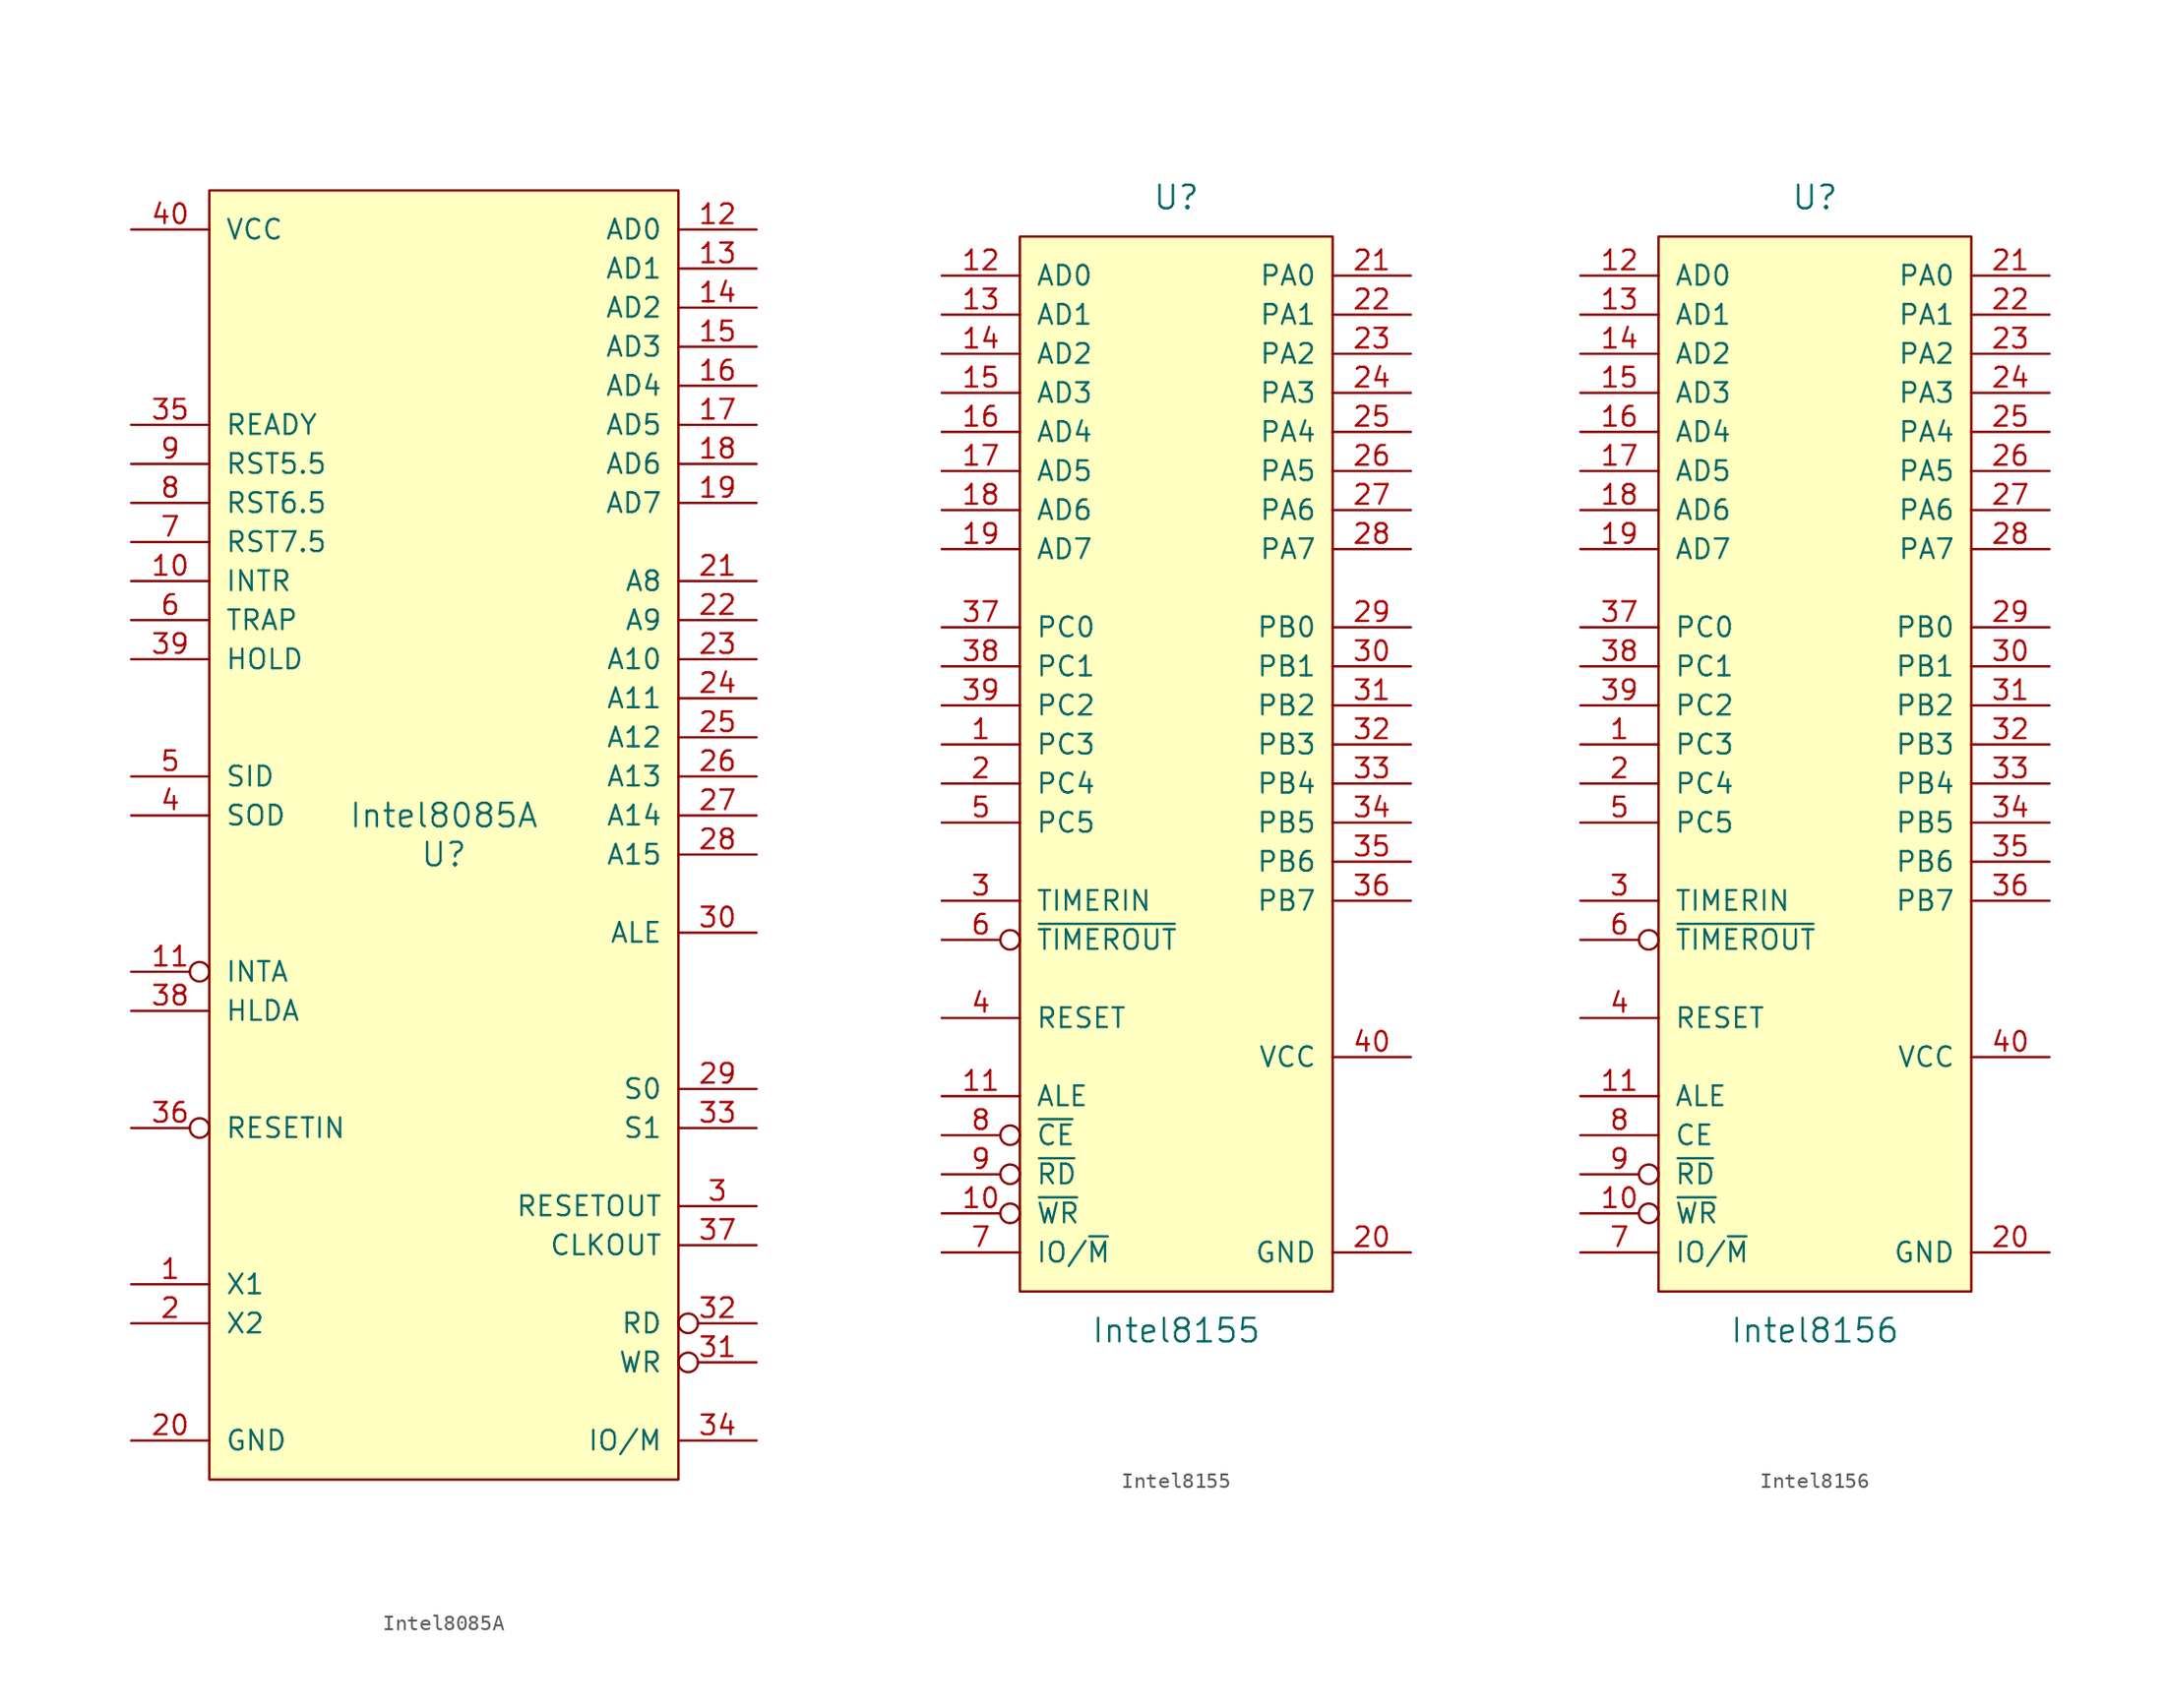
<source format=kicad_sym>
(kicad_symbol_lib
  (version 20211014)
  (generator kicad_symbol_editor)
  (symbol "Intel8085A"
    (pin_names
      (offset 1.016))
    (property "Reference" "U"
      (at 0 0 0)
      (effects (font (size 1.524 1.524))))
    (property "Value" "Intel8085A"
      (at 0 2.54 0)
      (effects (font (size 1.524 1.524))))
    (symbol "Intel8085A_0_1"
      (rectangle (start -15.24 43.18) (end 15.24 -40.64) (stroke (width 0) (type default) (color 0 0 0 0)) (fill (type background))))
    (symbol "Intel8085A_1_1"
      (pin passive line (at -20.32 -27.94 0) (length 5.08) (name "X1" (effects (font (size 1.27 1.27)))) (number "1" (effects (font (size 1.27 1.27)))))
      (pin input line (at -20.32 17.78 0) (length 5.08) (name "INTR" (effects (font (size 1.27 1.27)))) (number "10" (effects (font (size 1.27 1.27)))))
      (pin output inverted (at -20.32 -7.62 0) (length 5.08) (name "INTA" (effects (font (size 1.27 1.27)))) (number "11" (effects (font (size 1.27 1.27)))))
      (pin bidirectional line (at 20.32 40.64 180) (length 5.08) (name "AD0" (effects (font (size 1.27 1.27)))) (number "12" (effects (font (size 1.27 1.27)))))
      (pin bidirectional line (at 20.32 38.1 180) (length 5.08) (name "AD1" (effects (font (size 1.27 1.27)))) (number "13" (effects (font (size 1.27 1.27)))))
      (pin bidirectional line (at 20.32 35.56 180) (length 5.08) (name "AD2" (effects (font (size 1.27 1.27)))) (number "14" (effects (font (size 1.27 1.27)))))
      (pin bidirectional line (at 20.32 33.02 180) (length 5.08) (name "AD3" (effects (font (size 1.27 1.27)))) (number "15" (effects (font (size 1.27 1.27)))))
      (pin bidirectional line (at 20.32 30.48 180) (length 5.08) (name "AD4" (effects (font (size 1.27 1.27)))) (number "16" (effects (font (size 1.27 1.27)))))
      (pin bidirectional line (at 20.32 27.94 180) (length 5.08) (name "AD5" (effects (font (size 1.27 1.27)))) (number "17" (effects (font (size 1.27 1.27)))))
      (pin bidirectional line (at 20.32 25.4 180) (length 5.08) (name "AD6" (effects (font (size 1.27 1.27)))) (number "18" (effects (font (size 1.27 1.27)))))
      (pin bidirectional line (at 20.32 22.86 180) (length 5.08) (name "AD7" (effects (font (size 1.27 1.27)))) (number "19" (effects (font (size 1.27 1.27)))))
      (pin passive line (at -20.32 -30.48 0) (length 5.08) (name "X2" (effects (font (size 1.27 1.27)))) (number "2" (effects (font (size 1.27 1.27)))))
      (pin power_in line (at -20.32 -38.1 0) (length 5.08) (name "GND" (effects (font (size 1.27 1.27)))) (number "20" (effects (font (size 1.27 1.27)))))
      (pin output line (at 20.32 17.78 180) (length 5.08) (name "A8" (effects (font (size 1.27 1.27)))) (number "21" (effects (font (size 1.27 1.27)))))
      (pin output line (at 20.32 15.24 180) (length 5.08) (name "A9" (effects (font (size 1.27 1.27)))) (number "22" (effects (font (size 1.27 1.27)))))
      (pin output line (at 20.32 12.7 180) (length 5.08) (name "A10" (effects (font (size 1.27 1.27)))) (number "23" (effects (font (size 1.27 1.27)))))
      (pin output line (at 20.32 10.16 180) (length 5.08) (name "A11" (effects (font (size 1.27 1.27)))) (number "24" (effects (font (size 1.27 1.27)))))
      (pin output line (at 20.32 7.62 180) (length 5.08) (name "A12" (effects (font (size 1.27 1.27)))) (number "25" (effects (font (size 1.27 1.27)))))
      (pin output line (at 20.32 5.08 180) (length 5.08) (name "A13" (effects (font (size 1.27 1.27)))) (number "26" (effects (font (size 1.27 1.27)))))
      (pin output line (at 20.32 2.54 180) (length 5.08) (name "A14" (effects (font (size 1.27 1.27)))) (number "27" (effects (font (size 1.27 1.27)))))
      (pin output line (at 20.32 0 180) (length 5.08) (name "A15" (effects (font (size 1.27 1.27)))) (number "28" (effects (font (size 1.27 1.27)))))
      (pin output line (at 20.32 -15.24 180) (length 5.08) (name "S0" (effects (font (size 1.27 1.27)))) (number "29" (effects (font (size 1.27 1.27)))))
      (pin output line (at 20.32 -22.86 180) (length 5.08) (name "RESETOUT" (effects (font (size 1.27 1.27)))) (number "3" (effects (font (size 1.27 1.27)))))
      (pin output line (at 20.32 -5.08 180) (length 5.08) (name "ALE" (effects (font (size 1.27 1.27)))) (number "30" (effects (font (size 1.27 1.27)))))
      (pin output inverted (at 20.32 -33.02 180) (length 5.08) (name "WR" (effects (font (size 1.27 1.27)))) (number "31" (effects (font (size 1.27 1.27)))))
      (pin output inverted (at 20.32 -30.48 180) (length 5.08) (name "RD" (effects (font (size 1.27 1.27)))) (number "32" (effects (font (size 1.27 1.27)))))
      (pin output line (at 20.32 -17.78 180) (length 5.08) (name "S1" (effects (font (size 1.27 1.27)))) (number "33" (effects (font (size 1.27 1.27)))))
      (pin output line (at 20.32 -38.1 180) (length 5.08) (name "IO/M" (effects (font (size 1.27 1.27)))) (number "34" (effects (font (size 1.27 1.27)))))
      (pin input line (at -20.32 27.94 0) (length 5.08) (name "READY" (effects (font (size 1.27 1.27)))) (number "35" (effects (font (size 1.27 1.27)))))
      (pin input inverted (at -20.32 -17.78 0) (length 5.08) (name "RESETIN" (effects (font (size 1.27 1.27)))) (number "36" (effects (font (size 1.27 1.27)))))
      (pin output line (at 20.32 -25.4 180) (length 5.08) (name "CLKOUT" (effects (font (size 1.27 1.27)))) (number "37" (effects (font (size 1.27 1.27)))))
      (pin output line (at -20.32 -10.16 0) (length 5.08) (name "HLDA" (effects (font (size 1.27 1.27)))) (number "38" (effects (font (size 1.27 1.27)))))
      (pin input line (at -20.32 12.7 0) (length 5.08) (name "HOLD" (effects (font (size 1.27 1.27)))) (number "39" (effects (font (size 1.27 1.27)))))
      (pin output line (at -20.32 2.54 0) (length 5.08) (name "SOD" (effects (font (size 1.27 1.27)))) (number "4" (effects (font (size 1.27 1.27)))))
      (pin power_in line (at -20.32 40.64 0) (length 5.08) (name "VCC" (effects (font (size 1.27 1.27)))) (number "40" (effects (font (size 1.27 1.27)))))
      (pin input line (at -20.32 5.08 0) (length 5.08) (name "SID" (effects (font (size 1.27 1.27)))) (number "5" (effects (font (size 1.27 1.27)))))
      (pin input line (at -20.32 15.24 0) (length 5.08) (name "TRAP" (effects (font (size 1.27 1.27)))) (number "6" (effects (font (size 1.27 1.27)))))
      (pin input line (at -20.32 20.32 0) (length 5.08) (name "RST7.5" (effects (font (size 1.27 1.27)))) (number "7" (effects (font (size 1.27 1.27)))))
      (pin input line (at -20.32 22.86 0) (length 5.08) (name "RST6.5" (effects (font (size 1.27 1.27)))) (number "8" (effects (font (size 1.27 1.27)))))
      (pin input line (at -20.32 25.4 0) (length 5.08) (name "RST5.5" (effects (font (size 1.27 1.27)))) (number "9" (effects (font (size 1.27 1.27)))))))
  (symbol "Intel8155"
    (pin_names
      (offset 1.016))
    (property "Reference" "U"
      (at 0 33.02 0)
      (effects (font (size 1.524 1.524))))
    (property "Value" "Intel8155"
      (at 0 -40.64 0)
      (effects (font (size 1.524 1.524))))
    (symbol "Intel8155_0_1"
      (rectangle (start -10.16 30.48) (end 10.16 -38.1) (stroke (width 0) (type default) (color 0 0 0 0)) (fill (type background))))
    (symbol "Intel8155_1_1"
      (pin bidirectional line (at -15.24 -2.54 0) (length 5.08) (name "PC3" (effects (font (size 1.27 1.27)))) (number "1" (effects (font (size 1.27 1.27)))))
      (pin input inverted (at -15.24 -33.02 0) (length 5.08) (name "~{WR}" (effects (font (size 1.27 1.27)))) (number "10" (effects (font (size 1.27 1.27)))))
      (pin input line (at -15.24 -25.4 0) (length 5.08) (name "ALE" (effects (font (size 1.27 1.27)))) (number "11" (effects (font (size 1.27 1.27)))))
      (pin bidirectional line (at -15.24 27.94 0) (length 5.08) (name "AD0" (effects (font (size 1.27 1.27)))) (number "12" (effects (font (size 1.27 1.27)))))
      (pin bidirectional line (at -15.24 25.4 0) (length 5.08) (name "AD1" (effects (font (size 1.27 1.27)))) (number "13" (effects (font (size 1.27 1.27)))))
      (pin bidirectional line (at -15.24 22.86 0) (length 5.08) (name "AD2" (effects (font (size 1.27 1.27)))) (number "14" (effects (font (size 1.27 1.27)))))
      (pin bidirectional line (at -15.24 20.32 0) (length 5.08) (name "AD3" (effects (font (size 1.27 1.27)))) (number "15" (effects (font (size 1.27 1.27)))))
      (pin bidirectional line (at -15.24 17.78 0) (length 5.08) (name "AD4" (effects (font (size 1.27 1.27)))) (number "16" (effects (font (size 1.27 1.27)))))
      (pin bidirectional line (at -15.24 15.24 0) (length 5.08) (name "AD5" (effects (font (size 1.27 1.27)))) (number "17" (effects (font (size 1.27 1.27)))))
      (pin bidirectional line (at -15.24 12.7 0) (length 5.08) (name "AD6" (effects (font (size 1.27 1.27)))) (number "18" (effects (font (size 1.27 1.27)))))
      (pin bidirectional line (at -15.24 10.16 0) (length 5.08) (name "AD7" (effects (font (size 1.27 1.27)))) (number "19" (effects (font (size 1.27 1.27)))))
      (pin bidirectional line (at -15.24 -5.08 0) (length 5.08) (name "PC4" (effects (font (size 1.27 1.27)))) (number "2" (effects (font (size 1.27 1.27)))))
      (pin power_in line (at 15.24 -35.56 180) (length 5.08) (name "GND" (effects (font (size 1.27 1.27)))) (number "20" (effects (font (size 1.27 1.27)))))
      (pin bidirectional line (at 15.24 27.94 180) (length 5.08) (name "PA0" (effects (font (size 1.27 1.27)))) (number "21" (effects (font (size 1.27 1.27)))))
      (pin bidirectional line (at 15.24 25.4 180) (length 5.08) (name "PA1" (effects (font (size 1.27 1.27)))) (number "22" (effects (font (size 1.27 1.27)))))
      (pin bidirectional line (at 15.24 22.86 180) (length 5.08) (name "PA2" (effects (font (size 1.27 1.27)))) (number "23" (effects (font (size 1.27 1.27)))))
      (pin bidirectional line (at 15.24 20.32 180) (length 5.08) (name "PA3" (effects (font (size 1.27 1.27)))) (number "24" (effects (font (size 1.27 1.27)))))
      (pin bidirectional line (at 15.24 17.78 180) (length 5.08) (name "PA4" (effects (font (size 1.27 1.27)))) (number "25" (effects (font (size 1.27 1.27)))))
      (pin bidirectional line (at 15.24 15.24 180) (length 5.08) (name "PA5" (effects (font (size 1.27 1.27)))) (number "26" (effects (font (size 1.27 1.27)))))
      (pin bidirectional line (at 15.24 12.7 180) (length 5.08) (name "PA6" (effects (font (size 1.27 1.27)))) (number "27" (effects (font (size 1.27 1.27)))))
      (pin bidirectional line (at 15.24 10.16 180) (length 5.08) (name "PA7" (effects (font (size 1.27 1.27)))) (number "28" (effects (font (size 1.27 1.27)))))
      (pin bidirectional line (at 15.24 5.08 180) (length 5.08) (name "PB0" (effects (font (size 1.27 1.27)))) (number "29" (effects (font (size 1.27 1.27)))))
      (pin input line (at -15.24 -12.7 0) (length 5.08) (name "TIMERIN" (effects (font (size 1.27 1.27)))) (number "3" (effects (font (size 1.27 1.27)))))
      (pin bidirectional line (at 15.24 2.54 180) (length 5.08) (name "PB1" (effects (font (size 1.27 1.27)))) (number "30" (effects (font (size 1.27 1.27)))))
      (pin bidirectional line (at 15.24 0 180) (length 5.08) (name "PB2" (effects (font (size 1.27 1.27)))) (number "31" (effects (font (size 1.27 1.27)))))
      (pin bidirectional line (at 15.24 -2.54 180) (length 5.08) (name "PB3" (effects (font (size 1.27 1.27)))) (number "32" (effects (font (size 1.27 1.27)))))
      (pin bidirectional line (at 15.24 -5.08 180) (length 5.08) (name "PB4" (effects (font (size 1.27 1.27)))) (number "33" (effects (font (size 1.27 1.27)))))
      (pin bidirectional line (at 15.24 -7.62 180) (length 5.08) (name "PB5" (effects (font (size 1.27 1.27)))) (number "34" (effects (font (size 1.27 1.27)))))
      (pin bidirectional line (at 15.24 -10.16 180) (length 5.08) (name "PB6" (effects (font (size 1.27 1.27)))) (number "35" (effects (font (size 1.27 1.27)))))
      (pin bidirectional line (at 15.24 -12.7 180) (length 5.08) (name "PB7" (effects (font (size 1.27 1.27)))) (number "36" (effects (font (size 1.27 1.27)))))
      (pin bidirectional line (at -15.24 5.08 0) (length 5.08) (name "PC0" (effects (font (size 1.27 1.27)))) (number "37" (effects (font (size 1.27 1.27)))))
      (pin bidirectional line (at -15.24 2.54 0) (length 5.08) (name "PC1" (effects (font (size 1.27 1.27)))) (number "38" (effects (font (size 1.27 1.27)))))
      (pin bidirectional line (at -15.24 0 0) (length 5.08) (name "PC2" (effects (font (size 1.27 1.27)))) (number "39" (effects (font (size 1.27 1.27)))))
      (pin input line (at -15.24 -20.32 0) (length 5.08) (name "RESET" (effects (font (size 1.27 1.27)))) (number "4" (effects (font (size 1.27 1.27)))))
      (pin power_in line (at 15.24 -22.86 180) (length 5.08) (name "VCC" (effects (font (size 1.27 1.27)))) (number "40" (effects (font (size 1.27 1.27)))))
      (pin bidirectional line (at -15.24 -7.62 0) (length 5.08) (name "PC5" (effects (font (size 1.27 1.27)))) (number "5" (effects (font (size 1.27 1.27)))))
      (pin input inverted (at -15.24 -15.24 0) (length 5.08) (name "~{TIMEROUT}" (effects (font (size 1.27 1.27)))) (number "6" (effects (font (size 1.27 1.27)))))
      (pin input line (at -15.24 -35.56 0) (length 5.08) (name "IO/~{M}" (effects (font (size 1.27 1.27)))) (number "7" (effects (font (size 1.27 1.27)))))
      (pin input inverted (at -15.24 -27.94 0) (length 5.08) (name "~{CE}" (effects (font (size 1.27 1.27)))) (number "8" (effects (font (size 1.27 1.27)))))
      (pin input inverted (at -15.24 -30.48 0) (length 5.08) (name "~{RD}" (effects (font (size 1.27 1.27)))) (number "9" (effects (font (size 1.27 1.27)))))))
  (symbol "Intel8156"
    (pin_names
      (offset 1.016))
    (property "Reference" "U"
      (at 0 33.02 0)
      (effects (font (size 1.524 1.524))))
    (property "Value" "Intel8156"
      (at 0 -40.64 0)
      (effects (font (size 1.524 1.524))))
    (symbol "Intel8156_0_1"
      (rectangle (start -10.16 30.48) (end 10.16 -38.1) (stroke (width 0) (type default) (color 0 0 0 0)) (fill (type background))))
    (symbol "Intel8156_1_1"
      (pin bidirectional line (at -15.24 -2.54 0) (length 5.08) (name "PC3" (effects (font (size 1.27 1.27)))) (number "1" (effects (font (size 1.27 1.27)))))
      (pin input inverted (at -15.24 -33.02 0) (length 5.08) (name "~{WR}" (effects (font (size 1.27 1.27)))) (number "10" (effects (font (size 1.27 1.27)))))
      (pin input line (at -15.24 -25.4 0) (length 5.08) (name "ALE" (effects (font (size 1.27 1.27)))) (number "11" (effects (font (size 1.27 1.27)))))
      (pin bidirectional line (at -15.24 27.94 0) (length 5.08) (name "AD0" (effects (font (size 1.27 1.27)))) (number "12" (effects (font (size 1.27 1.27)))))
      (pin bidirectional line (at -15.24 25.4 0) (length 5.08) (name "AD1" (effects (font (size 1.27 1.27)))) (number "13" (effects (font (size 1.27 1.27)))))
      (pin bidirectional line (at -15.24 22.86 0) (length 5.08) (name "AD2" (effects (font (size 1.27 1.27)))) (number "14" (effects (font (size 1.27 1.27)))))
      (pin bidirectional line (at -15.24 20.32 0) (length 5.08) (name "AD3" (effects (font (size 1.27 1.27)))) (number "15" (effects (font (size 1.27 1.27)))))
      (pin bidirectional line (at -15.24 17.78 0) (length 5.08) (name "AD4" (effects (font (size 1.27 1.27)))) (number "16" (effects (font (size 1.27 1.27)))))
      (pin bidirectional line (at -15.24 15.24 0) (length 5.08) (name "AD5" (effects (font (size 1.27 1.27)))) (number "17" (effects (font (size 1.27 1.27)))))
      (pin bidirectional line (at -15.24 12.7 0) (length 5.08) (name "AD6" (effects (font (size 1.27 1.27)))) (number "18" (effects (font (size 1.27 1.27)))))
      (pin bidirectional line (at -15.24 10.16 0) (length 5.08) (name "AD7" (effects (font (size 1.27 1.27)))) (number "19" (effects (font (size 1.27 1.27)))))
      (pin bidirectional line (at -15.24 -5.08 0) (length 5.08) (name "PC4" (effects (font (size 1.27 1.27)))) (number "2" (effects (font (size 1.27 1.27)))))
      (pin power_in line (at 15.24 -35.56 180) (length 5.08) (name "GND" (effects (font (size 1.27 1.27)))) (number "20" (effects (font (size 1.27 1.27)))))
      (pin bidirectional line (at 15.24 27.94 180) (length 5.08) (name "PA0" (effects (font (size 1.27 1.27)))) (number "21" (effects (font (size 1.27 1.27)))))
      (pin bidirectional line (at 15.24 25.4 180) (length 5.08) (name "PA1" (effects (font (size 1.27 1.27)))) (number "22" (effects (font (size 1.27 1.27)))))
      (pin bidirectional line (at 15.24 22.86 180) (length 5.08) (name "PA2" (effects (font (size 1.27 1.27)))) (number "23" (effects (font (size 1.27 1.27)))))
      (pin bidirectional line (at 15.24 20.32 180) (length 5.08) (name "PA3" (effects (font (size 1.27 1.27)))) (number "24" (effects (font (size 1.27 1.27)))))
      (pin bidirectional line (at 15.24 17.78 180) (length 5.08) (name "PA4" (effects (font (size 1.27 1.27)))) (number "25" (effects (font (size 1.27 1.27)))))
      (pin bidirectional line (at 15.24 15.24 180) (length 5.08) (name "PA5" (effects (font (size 1.27 1.27)))) (number "26" (effects (font (size 1.27 1.27)))))
      (pin bidirectional line (at 15.24 12.7 180) (length 5.08) (name "PA6" (effects (font (size 1.27 1.27)))) (number "27" (effects (font (size 1.27 1.27)))))
      (pin bidirectional line (at 15.24 10.16 180) (length 5.08) (name "PA7" (effects (font (size 1.27 1.27)))) (number "28" (effects (font (size 1.27 1.27)))))
      (pin bidirectional line (at 15.24 5.08 180) (length 5.08) (name "PB0" (effects (font (size 1.27 1.27)))) (number "29" (effects (font (size 1.27 1.27)))))
      (pin input line (at -15.24 -12.7 0) (length 5.08) (name "TIMERIN" (effects (font (size 1.27 1.27)))) (number "3" (effects (font (size 1.27 1.27)))))
      (pin bidirectional line (at 15.24 2.54 180) (length 5.08) (name "PB1" (effects (font (size 1.27 1.27)))) (number "30" (effects (font (size 1.27 1.27)))))
      (pin bidirectional line (at 15.24 0 180) (length 5.08) (name "PB2" (effects (font (size 1.27 1.27)))) (number "31" (effects (font (size 1.27 1.27)))))
      (pin bidirectional line (at 15.24 -2.54 180) (length 5.08) (name "PB3" (effects (font (size 1.27 1.27)))) (number "32" (effects (font (size 1.27 1.27)))))
      (pin bidirectional line (at 15.24 -5.08 180) (length 5.08) (name "PB4" (effects (font (size 1.27 1.27)))) (number "33" (effects (font (size 1.27 1.27)))))
      (pin bidirectional line (at 15.24 -7.62 180) (length 5.08) (name "PB5" (effects (font (size 1.27 1.27)))) (number "34" (effects (font (size 1.27 1.27)))))
      (pin bidirectional line (at 15.24 -10.16 180) (length 5.08) (name "PB6" (effects (font (size 1.27 1.27)))) (number "35" (effects (font (size 1.27 1.27)))))
      (pin bidirectional line (at 15.24 -12.7 180) (length 5.08) (name "PB7" (effects (font (size 1.27 1.27)))) (number "36" (effects (font (size 1.27 1.27)))))
      (pin bidirectional line (at -15.24 5.08 0) (length 5.08) (name "PC0" (effects (font (size 1.27 1.27)))) (number "37" (effects (font (size 1.27 1.27)))))
      (pin bidirectional line (at -15.24 2.54 0) (length 5.08) (name "PC1" (effects (font (size 1.27 1.27)))) (number "38" (effects (font (size 1.27 1.27)))))
      (pin bidirectional line (at -15.24 0 0) (length 5.08) (name "PC2" (effects (font (size 1.27 1.27)))) (number "39" (effects (font (size 1.27 1.27)))))
      (pin input line (at -15.24 -20.32 0) (length 5.08) (name "RESET" (effects (font (size 1.27 1.27)))) (number "4" (effects (font (size 1.27 1.27)))))
      (pin power_in line (at 15.24 -22.86 180) (length 5.08) (name "VCC" (effects (font (size 1.27 1.27)))) (number "40" (effects (font (size 1.27 1.27)))))
      (pin bidirectional line (at -15.24 -7.62 0) (length 5.08) (name "PC5" (effects (font (size 1.27 1.27)))) (number "5" (effects (font (size 1.27 1.27)))))
      (pin input inverted (at -15.24 -15.24 0) (length 5.08) (name "~{TIMEROUT}" (effects (font (size 1.27 1.27)))) (number "6" (effects (font (size 1.27 1.27)))))
      (pin input line (at -15.24 -35.56 0) (length 5.08) (name "IO/~{M}" (effects (font (size 1.27 1.27)))) (number "7" (effects (font (size 1.27 1.27)))))
      (pin input line (at -15.24 -27.94 0) (length 5.08) (name "CE" (effects (font (size 1.27 1.27)))) (number "8" (effects (font (size 1.27 1.27)))))
      (pin input inverted (at -15.24 -30.48 0) (length 5.08) (name "~{RD}" (effects (font (size 1.27 1.27)))) (number "9" (effects (font (size 1.27 1.27))))))))
</source>
